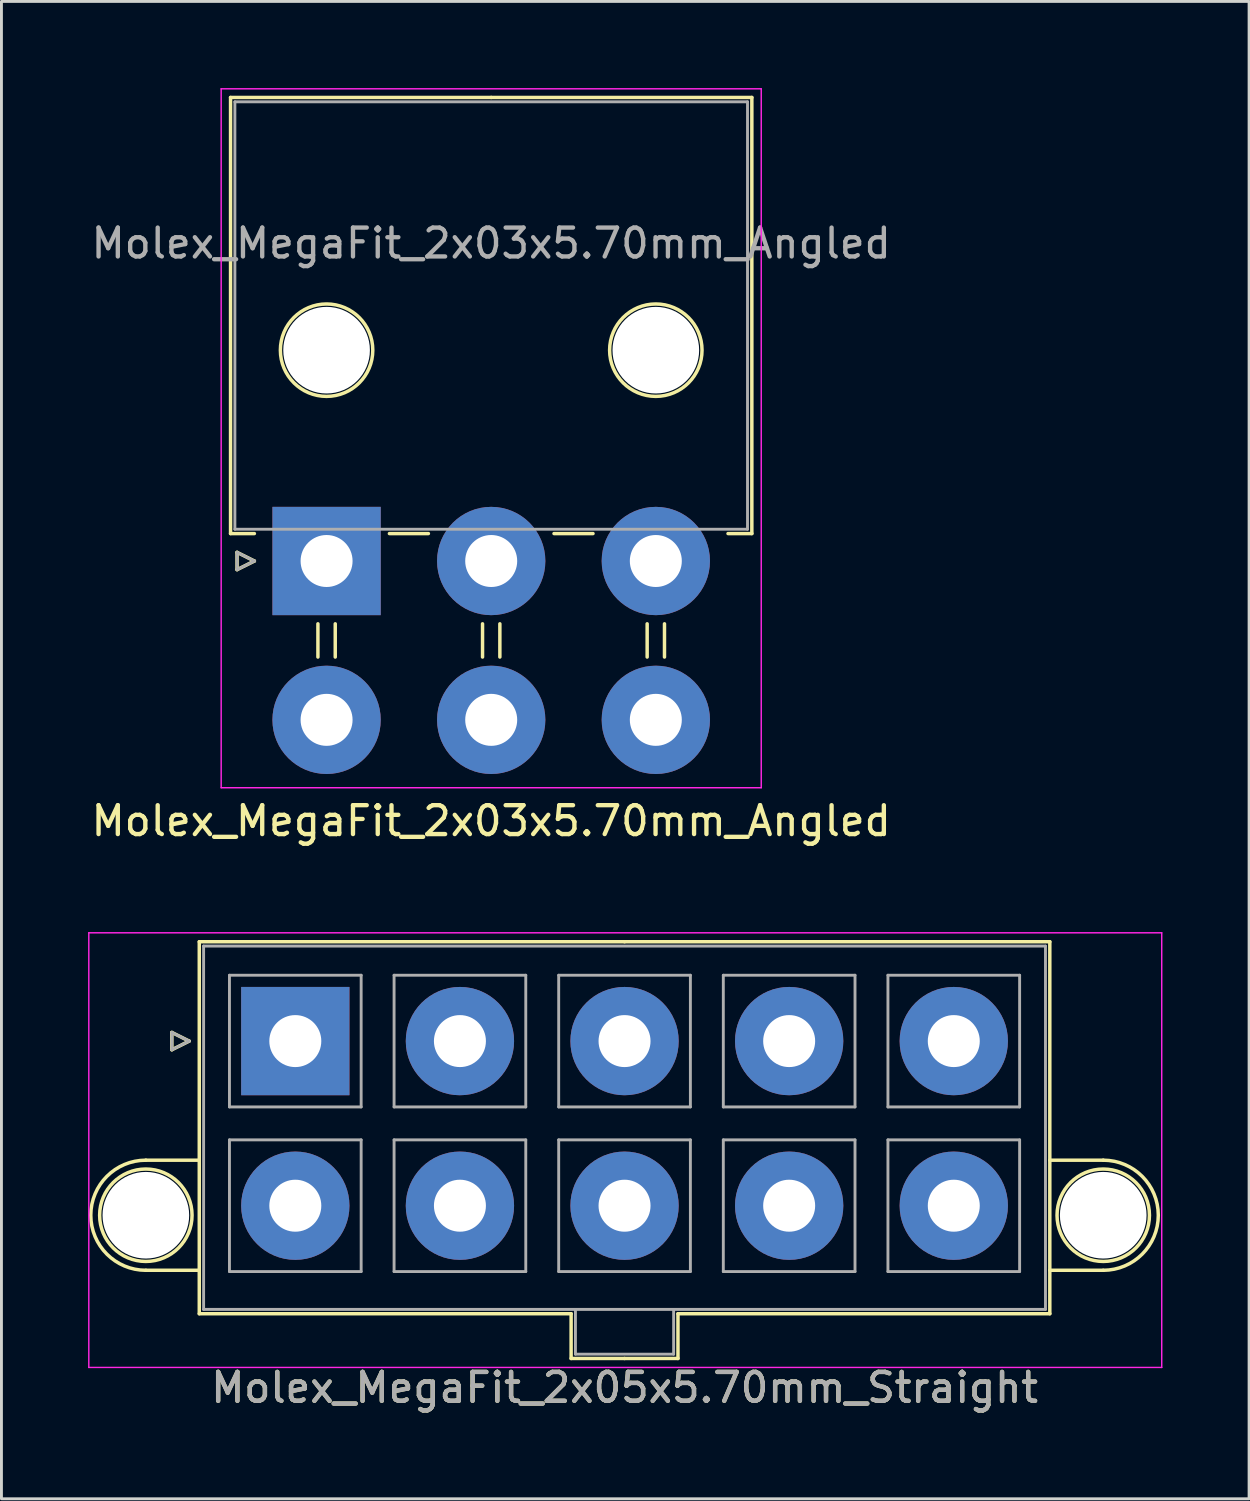
<source format=kicad_pcb>
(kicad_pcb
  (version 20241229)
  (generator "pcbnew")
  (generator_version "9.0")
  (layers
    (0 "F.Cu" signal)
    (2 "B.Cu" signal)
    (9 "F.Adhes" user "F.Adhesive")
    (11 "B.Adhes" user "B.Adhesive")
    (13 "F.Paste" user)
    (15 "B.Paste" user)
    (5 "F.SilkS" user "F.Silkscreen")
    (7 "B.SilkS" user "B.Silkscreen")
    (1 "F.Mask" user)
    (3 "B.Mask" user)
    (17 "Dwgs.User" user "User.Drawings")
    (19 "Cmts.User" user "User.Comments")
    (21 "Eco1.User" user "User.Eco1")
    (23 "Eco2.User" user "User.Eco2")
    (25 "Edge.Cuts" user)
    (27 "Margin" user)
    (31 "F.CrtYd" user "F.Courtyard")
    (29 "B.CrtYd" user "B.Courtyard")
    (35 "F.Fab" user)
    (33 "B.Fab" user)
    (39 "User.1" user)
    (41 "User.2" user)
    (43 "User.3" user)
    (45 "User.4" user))
  (footprint "Molex_MegaFit_2x03x5.70mm_Angled"
    (layer "F.Cu")
    (at 8.258 16.375)
    (property "Reference" "Molex_MegaFit_2x03x5.70mm_Angled" (at 5.7 9 0) (layer "F.SilkS") (effects (font (size 1 1) (thickness 0.15))))
    (attr through_hole)
    (fp_line (start -3.325 -16.05) (end -3.325 -0.95) (stroke (width 0.12) (type solid)) (layer "F.SilkS"))
    (fp_line (start -3.325 -0.95) (end -2.5 -0.95) (stroke (width 0.12) (type solid)) (layer "F.SilkS"))
    (fp_line (start -3.1 -0.3) (end -2.5 0) (stroke (width 0.12) (type solid)) (layer "F.SilkS"))
    (fp_line (start -3.1 0.3) (end -3.1 -0.3) (stroke (width 0.12) (type solid)) (layer "F.SilkS"))
    (fp_line (start -2.5 0) (end -3.1 0.3) (stroke (width 0.12) (type solid)) (layer "F.SilkS"))
    (fp_line (start -0.3 2.175) (end -0.3 3.325) (stroke (width 0.12) (type solid)) (layer "F.SilkS"))
    (fp_line (start 0.3 2.175) (end 0.3 3.325) (stroke (width 0.12) (type solid)) (layer "F.SilkS"))
    (fp_line (start 2.175 -0.95) (end 3.525 -0.95) (stroke (width 0.12) (type solid)) (layer "F.SilkS"))
    (fp_line (start 5.4 2.175) (end 5.4 3.325) (stroke (width 0.12) (type solid)) (layer "F.SilkS"))
    (fp_line (start 5.7 -16.05) (end -3.325 -16.05) (stroke (width 0.12) (type solid)) (layer "F.SilkS"))
    (fp_line (start 5.7 -16.05) (end 14.725 -16.05) (stroke (width 0.12) (type solid)) (layer "F.SilkS"))
    (fp_line (start 6 2.175) (end 6 3.325) (stroke (width 0.12) (type solid)) (layer "F.SilkS"))
    (fp_line (start 7.875 -0.95) (end 9.225 -0.95) (stroke (width 0.12) (type solid)) (layer "F.SilkS"))
    (fp_line (start 11.1 2.175) (end 11.1 3.325) (stroke (width 0.12) (type solid)) (layer "F.SilkS"))
    (fp_line (start 11.7 2.175) (end 11.7 3.325) (stroke (width 0.12) (type solid)) (layer "F.SilkS"))
    (fp_line (start 14.725 -16.05) (end 14.725 -0.95) (stroke (width 0.12) (type solid)) (layer "F.SilkS"))
    (fp_line (start 14.725 -0.95) (end 13.9 -0.95) (stroke (width 0.12) (type solid)) (layer "F.SilkS"))
    (fp_circle (center 0 -7.3) (end 1.6 -7.3) (stroke (width 0.12) (type solid)) (fill no) (layer "F.SilkS"))
    (fp_circle (center 11.4 -7.3) (end 13 -7.3) (stroke (width 0.12) (type solid)) (fill no) (layer "F.SilkS"))
    (fp_line (start -3.65 -16.35) (end -3.65 7.85) (stroke (width 0.05) (type solid)) (layer "F.CrtYd"))
    (fp_line (start -3.65 7.85) (end 15.05 7.85) (stroke (width 0.05) (type solid)) (layer "F.CrtYd"))
    (fp_line (start 15.05 -16.35) (end -3.65 -16.35) (stroke (width 0.05) (type solid)) (layer "F.CrtYd"))
    (fp_line (start 15.05 7.85) (end 15.05 -16.35) (stroke (width 0.05) (type solid)) (layer "F.CrtYd"))
    (fp_line (start -3.175 -15.9) (end -3.175 -1.1) (stroke (width 0.1) (type solid)) (layer "F.Fab"))
    (fp_line (start -3.175 -1.1) (end 14.575 -1.1) (stroke (width 0.1) (type solid)) (layer "F.Fab"))
    (fp_line (start -3.1 -0.3) (end -2.5 0) (stroke (width 0.1) (type solid)) (layer "F.Fab"))
    (fp_line (start -3.1 0.3) (end -3.1 -0.3) (stroke (width 0.1) (type solid)) (layer "F.Fab"))
    (fp_line (start -2.5 0) (end -3.1 0.3) (stroke (width 0.1) (type solid)) (layer "F.Fab"))
    (fp_line (start 14.575 -15.9) (end -3.175 -15.9) (stroke (width 0.1) (type solid)) (layer "F.Fab"))
    (fp_line (start 14.575 -1.1) (end 14.575 -15.9) (stroke (width 0.1) (type solid)) (layer "F.Fab"))
    (fp_text user "${REFERENCE}" (at 5.7 -11 0) (layer "F.Fab") (effects (font (size 1 1) (thickness 0.15))))
    (pad "" np_thru_hole circle (at 0 -7.3) (size 3 3) (drill 3) (layers "*.Cu" "*.Mask"))
    (pad "" np_thru_hole circle (at 11.4 -7.3) (size 3 3) (drill 3) (layers "*.Cu" "*.Mask"))
    (pad "1" thru_hole rect (at 0 0) (size 3.75 3.75) (drill 1.8) (layers "*.Cu" "*.Mask"))
    (pad "2" thru_hole circle (at 5.7 0) (size 3.75 3.75) (drill 1.8) (layers "*.Cu" "*.Mask"))
    (pad "3" thru_hole circle (at 11.4 0) (size 3.75 3.75) (drill 1.8) (layers "*.Cu" "*.Mask"))
    (pad "4" thru_hole circle (at 0 5.5) (size 3.75 3.75) (drill 1.8) (layers "*.Cu" "*.Mask"))
    (pad "5" thru_hole circle (at 5.7 5.5) (size 3.75 3.75) (drill 1.8) (layers "*.Cu" "*.Mask"))
    (pad "6" thru_hole circle (at 11.4 5.5) (size 3.75 3.75) (drill 1.8) (layers "*.Cu" "*.Mask")))
  (footprint "Molex_MegaFit_2x05x5.70mm_Straight"
    (layer "F.Cu")
    (at 7.175 32.998)
    (property "Reference" "Molex_MegaFit_2x05x5.70mm_Straight" (at 11.4 12 0) (layer "F.SilkS") (effects (font (size 1 1) (thickness 0.15))))
    (attr through_hole)
    (fp_line (start -5.175 4.124) (end -3.325 4.124) (stroke (width 0.12) (type solid)) (layer "F.SilkS"))
    (fp_line (start -5.175 7.936) (end -3.325 7.936) (stroke (width 0.12) (type solid)) (layer "F.SilkS"))
    (fp_line (start -4.275 -0.3) (end -3.675 0) (stroke (width 0.12) (type solid)) (layer "F.SilkS"))
    (fp_line (start -4.275 0.3) (end -4.275 -0.3) (stroke (width 0.12) (type solid)) (layer "F.SilkS"))
    (fp_line (start -3.675 0) (end -4.275 0.3) (stroke (width 0.12) (type solid)) (layer "F.SilkS"))
    (fp_line (start -3.325 -3.44) (end -3.325 9.44) (stroke (width 0.12) (type solid)) (layer "F.SilkS"))
    (fp_line (start -3.325 9.44) (end 9.55 9.44) (stroke (width 0.12) (type solid)) (layer "F.SilkS"))
    (fp_line (start 9.55 9.44) (end 9.55 10.99) (stroke (width 0.12) (type solid)) (layer "F.SilkS"))
    (fp_line (start 9.55 10.99) (end 11.4 10.99) (stroke (width 0.12) (type solid)) (layer "F.SilkS"))
    (fp_line (start 11.4 -3.44) (end -3.325 -3.44) (stroke (width 0.12) (type solid)) (layer "F.SilkS"))
    (fp_line (start 11.4 -3.44) (end 26.125 -3.44) (stroke (width 0.12) (type solid)) (layer "F.SilkS"))
    (fp_line (start 13.25 9.44) (end 13.25 10.99) (stroke (width 0.12) (type solid)) (layer "F.SilkS"))
    (fp_line (start 13.25 10.99) (end 11.4 10.99) (stroke (width 0.12) (type solid)) (layer "F.SilkS"))
    (fp_line (start 26.125 -3.44) (end 26.125 9.44) (stroke (width 0.12) (type solid)) (layer "F.SilkS"))
    (fp_line (start 26.125 9.44) (end 13.25 9.44) (stroke (width 0.12) (type solid)) (layer "F.SilkS"))
    (fp_line (start 27.975 4.124) (end 26.125 4.124) (stroke (width 0.12) (type solid)) (layer "F.SilkS"))
    (fp_line (start 27.975 7.936) (end 26.125 7.936) (stroke (width 0.12) (type solid)) (layer "F.SilkS"))
    (fp_arc (start -5.175 7.93625) (mid -7.08125 6.03) (end -5.175 4.12375) (stroke (width 0.12) (type solid)) (layer "F.SilkS"))
    (fp_arc (start 27.975 4.12375) (mid 29.88125 6.03) (end 27.975 7.93625) (stroke (width 0.12) (type solid)) (layer "F.SilkS"))
    (fp_circle (center -5.175 6.03) (end -3.575 6.03) (stroke (width 0.12) (type solid)) (fill no) (layer "F.SilkS"))
    (fp_circle (center 27.975 6.03) (end 29.575 6.03) (stroke (width 0.12) (type solid)) (fill no) (layer "F.SilkS"))
    (fp_line (start -7.15 -3.75) (end -7.15 11.3) (stroke (width 0.05) (type solid)) (layer "F.CrtYd"))
    (fp_line (start -7.15 11.3) (end 30 11.3) (stroke (width 0.05) (type solid)) (layer "F.CrtYd"))
    (fp_line (start 30 -3.75) (end -7.15 -3.75) (stroke (width 0.05) (type solid)) (layer "F.CrtYd"))
    (fp_line (start 30 11.3) (end 30 -3.75) (stroke (width 0.05) (type solid)) (layer "F.CrtYd"))
    (fp_line (start -4.275 -0.3) (end -3.675 0) (stroke (width 0.1) (type solid)) (layer "F.Fab"))
    (fp_line (start -4.275 0.3) (end -4.275 -0.3) (stroke (width 0.1) (type solid)) (layer "F.Fab"))
    (fp_line (start -3.675 0) (end -4.275 0.3) (stroke (width 0.1) (type solid)) (layer "F.Fab"))
    (fp_line (start -3.175 -3.29) (end -3.175 9.29) (stroke (width 0.1) (type solid)) (layer "F.Fab"))
    (fp_line (start -3.175 9.29) (end 25.975 9.29) (stroke (width 0.1) (type solid)) (layer "F.Fab"))
    (fp_line (start -2.28 -2.28) (end -2.28 2.28) (stroke (width 0.1) (type solid)) (layer "F.Fab"))
    (fp_line (start -2.28 2.28) (end 2.28 2.28) (stroke (width 0.1) (type solid)) (layer "F.Fab"))
    (fp_line (start -2.28 3.42) (end -2.28 7.98) (stroke (width 0.1) (type solid)) (layer "F.Fab"))
    (fp_line (start -2.28 7.98) (end 2.28 7.98) (stroke (width 0.1) (type solid)) (layer "F.Fab"))
    (fp_line (start 2.28 -2.28) (end -2.28 -2.28) (stroke (width 0.1) (type solid)) (layer "F.Fab"))
    (fp_line (start 2.28 2.28) (end 2.28 -2.28) (stroke (width 0.1) (type solid)) (layer "F.Fab"))
    (fp_line (start 2.28 3.42) (end -2.28 3.42) (stroke (width 0.1) (type solid)) (layer "F.Fab"))
    (fp_line (start 2.28 7.98) (end 2.28 3.42) (stroke (width 0.1) (type solid)) (layer "F.Fab"))
    (fp_line (start 3.42 -2.28) (end 3.42 2.28) (stroke (width 0.1) (type solid)) (layer "F.Fab"))
    (fp_line (start 3.42 2.28) (end 7.98 2.28) (stroke (width 0.1) (type solid)) (layer "F.Fab"))
    (fp_line (start 3.42 3.42) (end 3.42 7.98) (stroke (width 0.1) (type solid)) (layer "F.Fab"))
    (fp_line (start 3.42 7.98) (end 7.98 7.98) (stroke (width 0.1) (type solid)) (layer "F.Fab"))
    (fp_line (start 7.98 -2.28) (end 3.42 -2.28) (stroke (width 0.1) (type solid)) (layer "F.Fab"))
    (fp_line (start 7.98 2.28) (end 7.98 -2.28) (stroke (width 0.1) (type solid)) (layer "F.Fab"))
    (fp_line (start 7.98 3.42) (end 3.42 3.42) (stroke (width 0.1) (type solid)) (layer "F.Fab"))
    (fp_line (start 7.98 7.98) (end 7.98 3.42) (stroke (width 0.1) (type solid)) (layer "F.Fab"))
    (fp_line (start 9.12 -2.28) (end 9.12 2.28) (stroke (width 0.1) (type solid)) (layer "F.Fab"))
    (fp_line (start 9.12 2.28) (end 13.68 2.28) (stroke (width 0.1) (type solid)) (layer "F.Fab"))
    (fp_line (start 9.12 3.42) (end 9.12 7.98) (stroke (width 0.1) (type solid)) (layer "F.Fab"))
    (fp_line (start 9.12 7.98) (end 13.68 7.98) (stroke (width 0.1) (type solid)) (layer "F.Fab"))
    (fp_line (start 9.7 9.29) (end 9.7 10.84) (stroke (width 0.1) (type solid)) (layer "F.Fab"))
    (fp_line (start 9.7 10.84) (end 13.1 10.84) (stroke (width 0.1) (type solid)) (layer "F.Fab"))
    (fp_line (start 13.1 10.84) (end 13.1 9.29) (stroke (width 0.1) (type solid)) (layer "F.Fab"))
    (fp_line (start 13.68 -2.28) (end 9.12 -2.28) (stroke (width 0.1) (type solid)) (layer "F.Fab"))
    (fp_line (start 13.68 2.28) (end 13.68 -2.28) (stroke (width 0.1) (type solid)) (layer "F.Fab"))
    (fp_line (start 13.68 3.42) (end 9.12 3.42) (stroke (width 0.1) (type solid)) (layer "F.Fab"))
    (fp_line (start 13.68 7.98) (end 13.68 3.42) (stroke (width 0.1) (type solid)) (layer "F.Fab"))
    (fp_line (start 14.82 -2.28) (end 14.82 2.28) (stroke (width 0.1) (type solid)) (layer "F.Fab"))
    (fp_line (start 14.82 2.28) (end 19.38 2.28) (stroke (width 0.1) (type solid)) (layer "F.Fab"))
    (fp_line (start 14.82 3.42) (end 14.82 7.98) (stroke (width 0.1) (type solid)) (layer "F.Fab"))
    (fp_line (start 14.82 7.98) (end 19.38 7.98) (stroke (width 0.1) (type solid)) (layer "F.Fab"))
    (fp_line (start 19.38 -2.28) (end 14.82 -2.28) (stroke (width 0.1) (type solid)) (layer "F.Fab"))
    (fp_line (start 19.38 2.28) (end 19.38 -2.28) (stroke (width 0.1) (type solid)) (layer "F.Fab"))
    (fp_line (start 19.38 3.42) (end 14.82 3.42) (stroke (width 0.1) (type solid)) (layer "F.Fab"))
    (fp_line (start 19.38 7.98) (end 19.38 3.42) (stroke (width 0.1) (type solid)) (layer "F.Fab"))
    (fp_line (start 20.52 -2.28) (end 20.52 2.28) (stroke (width 0.1) (type solid)) (layer "F.Fab"))
    (fp_line (start 20.52 2.28) (end 25.08 2.28) (stroke (width 0.1) (type solid)) (layer "F.Fab"))
    (fp_line (start 20.52 3.42) (end 20.52 7.98) (stroke (width 0.1) (type solid)) (layer "F.Fab"))
    (fp_line (start 20.52 7.98) (end 25.08 7.98) (stroke (width 0.1) (type solid)) (layer "F.Fab"))
    (fp_line (start 25.08 -2.28) (end 20.52 -2.28) (stroke (width 0.1) (type solid)) (layer "F.Fab"))
    (fp_line (start 25.08 2.28) (end 25.08 -2.28) (stroke (width 0.1) (type solid)) (layer "F.Fab"))
    (fp_line (start 25.08 3.42) (end 20.52 3.42) (stroke (width 0.1) (type solid)) (layer "F.Fab"))
    (fp_line (start 25.08 7.98) (end 25.08 3.42) (stroke (width 0.1) (type solid)) (layer "F.Fab"))
    (fp_line (start 25.975 -3.29) (end -3.175 -3.29) (stroke (width 0.1) (type solid)) (layer "F.Fab"))
    (fp_line (start 25.975 9.29) (end 25.975 -3.29) (stroke (width 0.1) (type solid)) (layer "F.Fab"))
    (fp_text user "${REFERENCE}" (at 11.4 12 0) (layer "F.Fab") (effects (font (size 1 1) (thickness 0.15))))
    (pad "" np_thru_hole circle (at -5.175 6.03) (size 3 3) (drill 3) (layers "*.Cu" "*.Mask"))
    (pad "" np_thru_hole circle (at 27.975 6.03) (size 3 3) (drill 3) (layers "*.Cu" "*.Mask"))
    (pad "1" thru_hole rect (at 0 0) (size 3.75 3.75) (drill 1.8) (layers "*.Cu" "*.Mask"))
    (pad "2" thru_hole circle (at 5.7 0) (size 3.75 3.75) (drill 1.8) (layers "*.Cu" "*.Mask"))
    (pad "3" thru_hole circle (at 11.4 0) (size 3.75 3.75) (drill 1.8) (layers "*.Cu" "*.Mask"))
    (pad "4" thru_hole circle (at 17.1 0) (size 3.75 3.75) (drill 1.8) (layers "*.Cu" "*.Mask"))
    (pad "5" thru_hole circle (at 22.8 0) (size 3.75 3.75) (drill 1.8) (layers "*.Cu" "*.Mask"))
    (pad "6" thru_hole circle (at 0 5.7) (size 3.75 3.75) (drill 1.8) (layers "*.Cu" "*.Mask"))
    (pad "7" thru_hole circle (at 5.7 5.7) (size 3.75 3.75) (drill 1.8) (layers "*.Cu" "*.Mask"))
    (pad "8" thru_hole circle (at 11.4 5.7) (size 3.75 3.75) (drill 1.8) (layers "*.Cu" "*.Mask"))
    (pad "9" thru_hole circle (at 17.1 5.7) (size 3.75 3.75) (drill 1.8) (layers "*.Cu" "*.Mask"))
    (pad "10" thru_hole circle (at 22.8 5.7) (size 3.75 3.75) (drill 1.8) (layers "*.Cu" "*.Mask")))
  (gr_rect
    (start -3 -3)
    (end 40.2 48.846)
    (stroke (width 0.1) (type default))
    (fill no)
    (layer "Edge.Cuts")))
</source>
